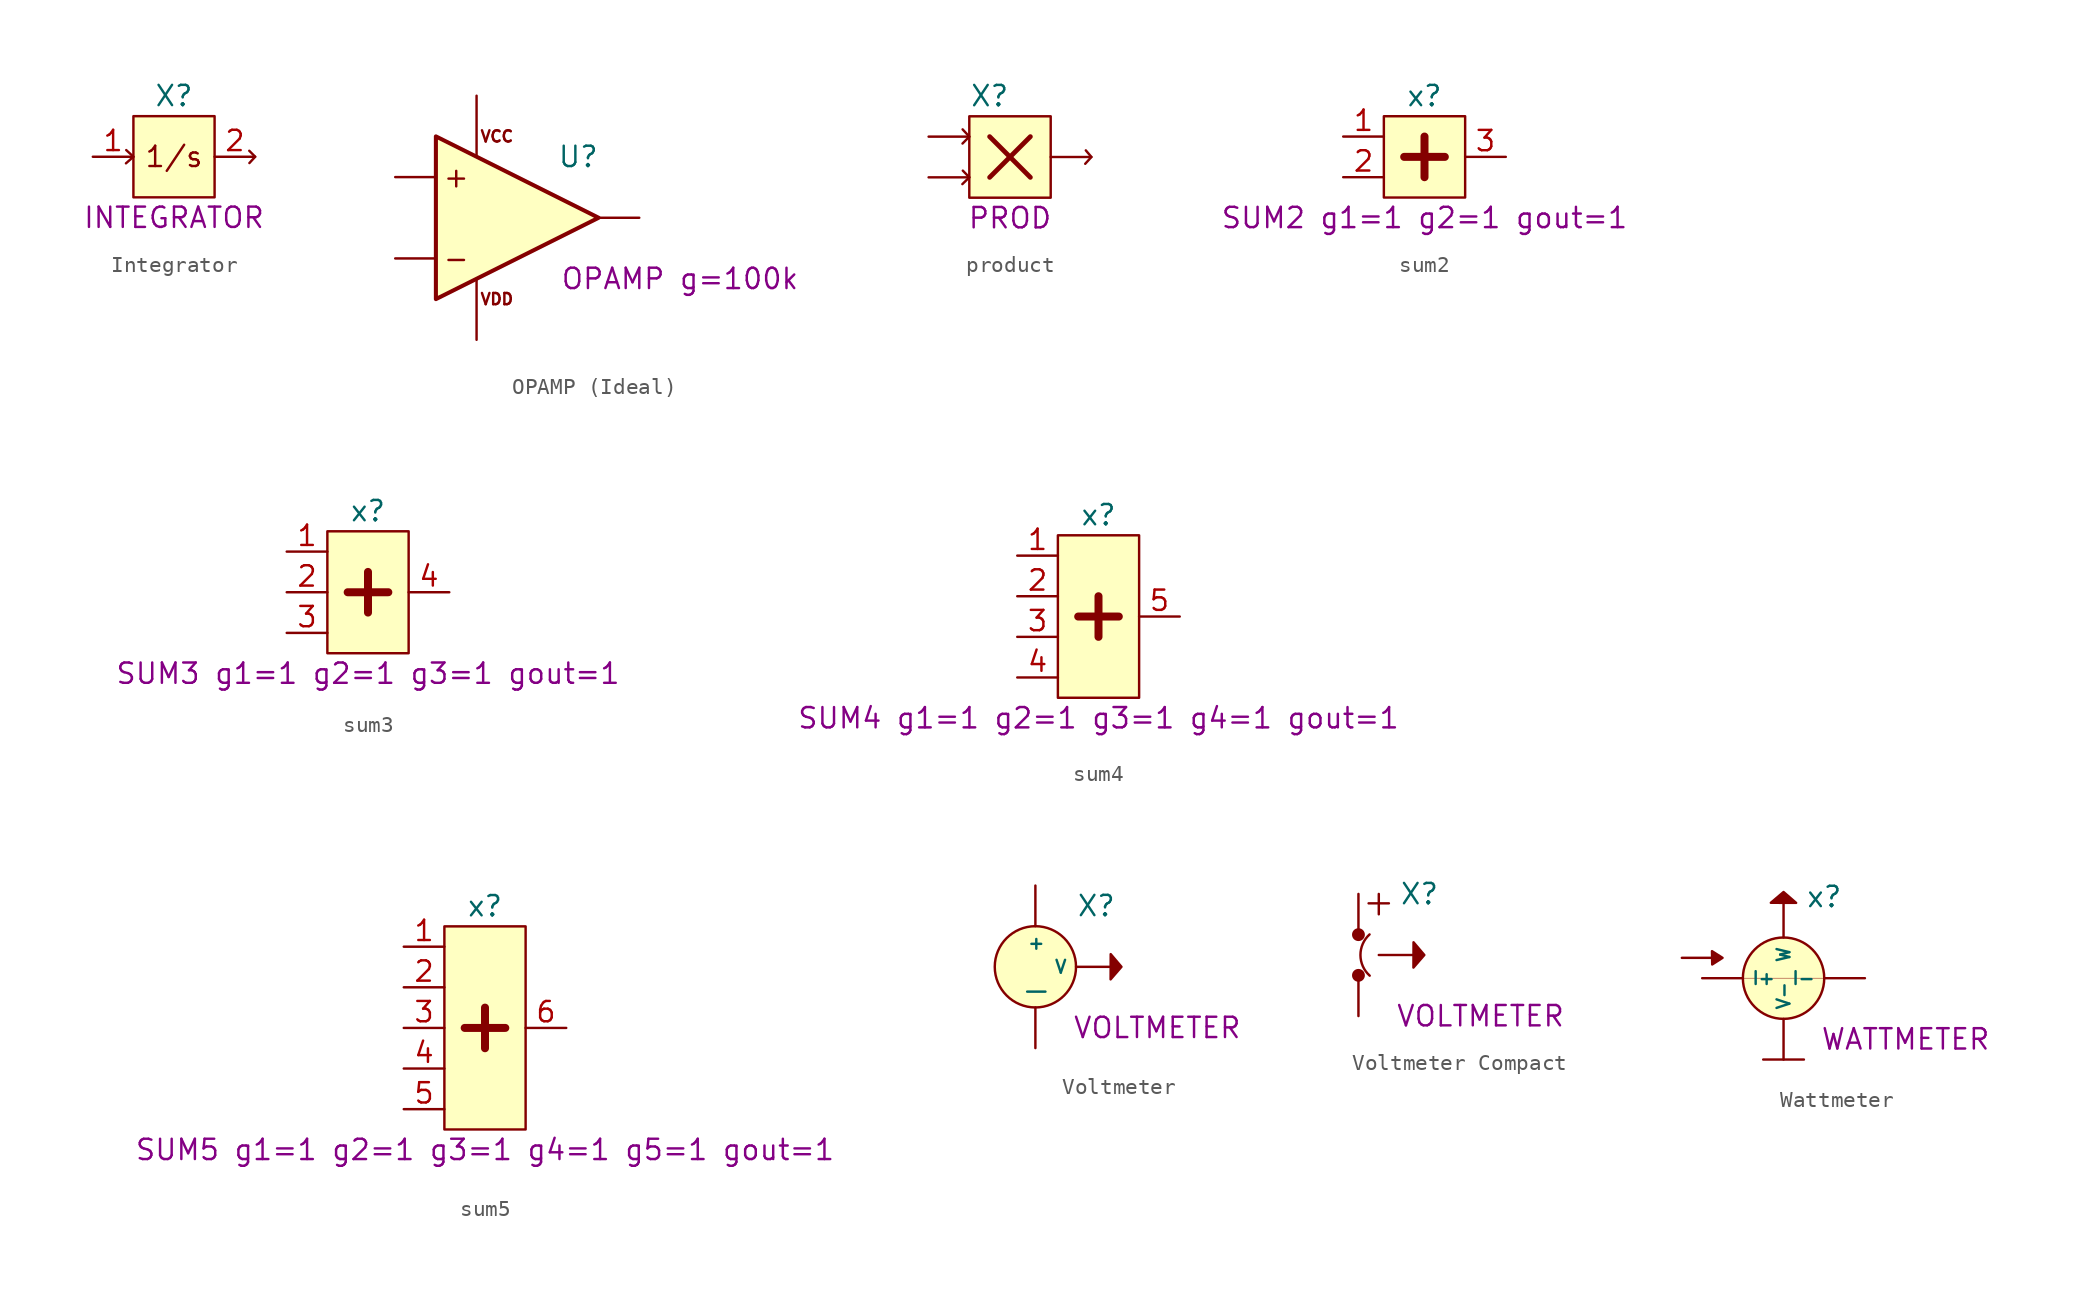
<source format=kicad_sym>
(kicad_symbol_lib
  (version 20211014)
  (generator kicad_symbol_editor)
  (symbol "Integrator"
    (pin_names
      (offset 0))
    (property "Reference" "X"
      (at 0 3.81 0)
      (effects (font (size 1.27 1.27))))
    (property "Spice_Model" "INTEGRATOR"
      (at 0 -3.81 0)
      (effects (font (size 1.27 1.27))))
    (symbol "Integrator_0_0"
      (text "1/s" (at 0 0 0) (effects (font (size 1.27 1.27)))))
    (symbol "Integrator_0_1"
      (rectangle (start -2.54 2.54) (end 2.54 -2.54) (stroke (width 0) (type default) (color 0 0 0 0)) (fill (type background)))
      (polyline (pts (xy -2.989 0.417) (xy -2.54 0) (xy -3.006 -0.412)) (stroke (width 0) (type default) (color 0 0 0 0)) (fill (type none)))
      (polyline (pts (xy 4.709 0.374) (xy 5.08 0) (xy 4.718 -0.394)) (stroke (width 0) (type default) (color 0 0 0 0)) (fill (type none))))
    (symbol "Integrator_1_1"
      (pin input line (at -5.08 0 0) (length 2.54) (name "" (effects (font (size 1.27 1.27)))) (number "1" (effects (font (size 1.27 1.27)))))
      (pin output line (at 5.08 0 180) (length 2.54) (name "" (effects (font (size 1.27 1.27)))) (number "2" (effects (font (size 1.27 1.27)))))))
  (symbol "OPAMP (Ideal)"
    (pin_numbers hide)
    (pin_names hide)
    (property "Reference" "U"
      (at 6.35 3.81 0)
      (effects (font (size 1.27 1.27))))
    (property "Spice_Model" "OPAMP g=100k"
      (at 12.7 -3.81 0)
      (effects (font (size 1.27 1.27))))
    (symbol "OPAMP (Ideal)_0_0"
      (text "+" (at -1.27 2.54 0) (effects (font (size 1.27 1.27))))
      (text "-" (at -1.27 -2.54 0) (effects (font (size 1.27 1.27))))
      (text "VCC" (at 1.27 5.08 0) (effects (font (size 0.7 0.7))))
      (text "VDD" (at 1.27 -5.08 0) (effects (font (size 0.7 0.7)))))
    (symbol "OPAMP (Ideal)_0_1"
      (polyline (pts (xy 7.62 0) (xy -2.54 5.08) (xy -2.54 -5.08) (xy 7.62 0)) (stroke (width 0.254) (type default) (color 0 0 0 0)) (fill (type background))))
    (symbol "OPAMP (Ideal)_1_1"
      (pin input line (at -5.08 2.54 0) (length 2.54) (name "+" (effects (font (size 1.27 1.27)))) (number "1" (effects (font (size 1.27 1.27)))))
      (pin input line (at -5.08 -2.54 0) (length 2.54) (name "-" (effects (font (size 1.27 1.27)))) (number "2" (effects (font (size 1.27 1.27)))))
      (pin output line (at 10.16 0 180) (length 2.54) (name "~" (effects (font (size 1.27 1.27)))) (number "3" (effects (font (size 1.27 1.27)))))
      (pin power_in line (at 0 7.62 270) (length 3.81) (name "V+" (effects (font (size 1.27 1.27)))) (number "4" (effects (font (size 1.27 1.27)))))
      (pin power_in line (at 0 -7.62 90) (length 3.81) (name "V-" (effects (font (size 1.27 1.27)))) (number "5" (effects (font (size 1.27 1.27)))))))
  (symbol "product"
    (pin_numbers hide)
    (property "Reference" "X"
      (at -1.27 3.81 0)
      (effects (font (size 1.27 1.27))))
    (property "Spice_Model" "PROD"
      (at 0 -3.81 0)
      (effects (font (size 1.27 1.27))))
    (symbol "product_0_1"
      (rectangle (start -2.54 2.54) (end 2.54 -2.54) (stroke (width 0) (type default) (color 0 0 0 0)) (fill (type background)))
      (polyline (pts (xy -1.27 -1.27) (xy 1.27 1.27)) (stroke (width 0.3) (type default) (color 0 0 0 0)) (fill (type none)))
      (polyline (pts (xy -1.27 1.27) (xy 1.27 -1.27)) (stroke (width 0.3) (type default) (color 0 0 0 0)) (fill (type none)))
      (polyline (pts (xy -2.957 1.723) (xy -2.54 1.27) (xy -2.964 0.84)) (stroke (width 0) (type default) (color 0 0 0 0)) (fill (type none)))
      (polyline (pts (xy -2.945 -0.852) (xy -2.54 -1.27) (xy -2.973 -1.693)) (stroke (width 0) (type default) (color 0 0 0 0)) (fill (type none)))
      (polyline (pts (xy 4.732 0.413) (xy 5.08 0) (xy 4.695 -0.424)) (stroke (width 0) (type default) (color 0 0 0 0)) (fill (type none))))
    (symbol "product_1_1"
      (pin input line (at -5.08 1.27 0) (length 2.54) (name "" (effects (font (size 1.27 1.27)))) (number "1" (effects (font (size 1.27 1.27)))))
      (pin input line (at -5.08 -1.27 0) (length 2.54) (name "" (effects (font (size 1.27 1.27)))) (number "2" (effects (font (size 1.27 1.27)))))
      (pin output line (at 5.08 0 180) (length 2.54) (name "" (effects (font (size 1.27 1.27)))) (number "3" (effects (font (size 1.27 1.27)))))))
  (symbol "sum2"
    (property "Reference" "x"
      (at 0 3.81 0)
      (effects (font (size 1.27 1.27))))
    (property "Spice_Model" "SUM2 g1=1 g2=1 gout=1"
      (at 0 -3.81 0)
      (effects (font (size 1.27 1.27))))
    (symbol "sum2_0_0"
      (rectangle (start -2.54 2.54) (end 2.54 -2.54) (stroke (width 0) (type default) (color 0 0 0 0)) (fill (type background)))
      (polyline (pts (xy -1.27 0) (xy 1.27 0)) (stroke (width 0.5) (type default) (color 0 0 0 0)) (fill (type none)))
      (polyline (pts (xy 0 -1.27) (xy 0 1.27)) (stroke (width 0.5) (type default) (color 0 0 0 0)) (fill (type none))))
    (symbol "sum2_1_1"
      (pin input line (at -5.08 1.27 0) (length 2.54) (name "" (effects (font (size 1.27 1.27)))) (number "1" (effects (font (size 1.27 1.27)))))
      (pin input line (at -5.08 -1.27 0) (length 2.54) (name "" (effects (font (size 1.27 1.27)))) (number "2" (effects (font (size 1.27 1.27)))))
      (pin output line (at 5.08 0 180) (length 2.54) (name "" (effects (font (size 1.27 1.27)))) (number "3" (effects (font (size 1.27 1.27)))))))
  (symbol "sum3"
    (property "Reference" "x"
      (at 0 5.08 0)
      (effects (font (size 1.27 1.27))))
    (property "Spice_Model" "SUM3 g1=1 g2=1 g3=1 gout=1"
      (at 0 -5.08 0)
      (effects (font (size 1.27 1.27))))
    (symbol "sum3_0_0"
      (rectangle (start -2.54 3.81) (end 2.54 -3.81) (stroke (width 0) (type default) (color 0 0 0 0)) (fill (type background)))
      (polyline (pts (xy -1.27 0) (xy 1.27 0)) (stroke (width 0.5) (type default) (color 0 0 0 0)) (fill (type none)))
      (polyline (pts (xy 0 -1.27) (xy 0 1.27)) (stroke (width 0.5) (type default) (color 0 0 0 0)) (fill (type none))))
    (symbol "sum3_1_1"
      (pin input line (at -5.08 2.54 0) (length 2.54) (name "" (effects (font (size 1.27 1.27)))) (number "1" (effects (font (size 1.27 1.27)))))
      (pin input line (at -5.08 0 0) (length 2.54) (name "" (effects (font (size 1.27 1.27)))) (number "2" (effects (font (size 1.27 1.27)))))
      (pin input line (at -5.08 -2.54 0) (length 2.54) (name "" (effects (font (size 1.27 1.27)))) (number "3" (effects (font (size 1.27 1.27)))))
      (pin output line (at 5.08 0 180) (length 2.54) (name "" (effects (font (size 1.27 1.27)))) (number "4" (effects (font (size 1.27 1.27)))))))
  (symbol "sum4"
    (property "Reference" "x"
      (at 0 6.35 0)
      (effects (font (size 1.27 1.27))))
    (property "Spice_Model" "SUM4 g1=1 g2=1 g3=1 g4=1 gout=1"
      (at 0 -6.35 0)
      (effects (font (size 1.27 1.27))))
    (symbol "sum4_0_0"
      (rectangle (start -2.54 5.08) (end 2.54 -5.08) (stroke (width 0) (type default) (color 0 0 0 0)) (fill (type background)))
      (polyline (pts (xy -1.27 0) (xy 1.27 0)) (stroke (width 0.5) (type default) (color 0 0 0 0)) (fill (type none)))
      (polyline (pts (xy 0 -1.27) (xy 0 1.27)) (stroke (width 0.5) (type default) (color 0 0 0 0)) (fill (type none))))
    (symbol "sum4_1_1"
      (pin input line (at -5.08 3.81 0) (length 2.54) (name "" (effects (font (size 1.27 1.27)))) (number "1" (effects (font (size 1.27 1.27)))))
      (pin input line (at -5.08 1.27 0) (length 2.54) (name "" (effects (font (size 1.27 1.27)))) (number "2" (effects (font (size 1.27 1.27)))))
      (pin input line (at -5.08 -1.27 0) (length 2.54) (name "" (effects (font (size 1.27 1.27)))) (number "3" (effects (font (size 1.27 1.27)))))
      (pin input line (at -5.08 -3.81 0) (length 2.54) (name "" (effects (font (size 1.27 1.27)))) (number "4" (effects (font (size 1.27 1.27)))))
      (pin output line (at 5.08 0 180) (length 2.54) (name "" (effects (font (size 1.27 1.27)))) (number "5" (effects (font (size 1.27 1.27)))))))
  (symbol "sum5"
    (property "Reference" "x"
      (at 0 7.62 0)
      (effects (font (size 1.27 1.27))))
    (property "Spice_Model" "SUM5 g1=1 g2=1 g3=1 g4=1 g5=1 gout=1"
      (at 0 -7.62 0)
      (effects (font (size 1.27 1.27))))
    (symbol "sum5_0_0"
      (rectangle (start -2.54 6.35) (end 2.54 -6.35) (stroke (width 0) (type default) (color 0 0 0 0)) (fill (type background)))
      (polyline (pts (xy -1.27 0) (xy 1.27 0)) (stroke (width 0.5) (type default) (color 0 0 0 0)) (fill (type none)))
      (polyline (pts (xy 0 -1.27) (xy 0 1.27)) (stroke (width 0.5) (type default) (color 0 0 0 0)) (fill (type none))))
    (symbol "sum5_1_1"
      (pin input line (at -5.08 5.08 0) (length 2.54) (name "" (effects (font (size 1.27 1.27)))) (number "1" (effects (font (size 1.27 1.27)))))
      (pin input line (at -5.08 2.54 0) (length 2.54) (name "" (effects (font (size 1.27 1.27)))) (number "2" (effects (font (size 1.27 1.27)))))
      (pin input line (at -5.08 0 0) (length 2.54) (name "" (effects (font (size 1.27 1.27)))) (number "3" (effects (font (size 1.27 1.27)))))
      (pin input line (at -5.08 -2.54 0) (length 2.54) (name "" (effects (font (size 1.27 1.27)))) (number "4" (effects (font (size 1.27 1.27)))))
      (pin input line (at -5.08 -5.08 0) (length 2.54) (name "" (effects (font (size 1.27 1.27)))) (number "5" (effects (font (size 1.27 1.27)))))
      (pin output line (at 5.08 0 180) (length 2.54) (name "" (effects (font (size 1.27 1.27)))) (number "6" (effects (font (size 1.27 1.27)))))))
  (symbol "Voltmeter"
    (pin_numbers hide)
    (property "Reference" "X"
      (at 3.81 3.81 0)
      (effects (font (size 1.27 1.27))))
    (property "Spice_Model" "VOLTMETER"
      (at 7.62 -3.81 0)
      (effects (font (size 1.27 1.27))))
    (symbol "Voltmeter_0_0"
      (polyline (pts (xy 4.702 -0.785) (xy 4.708 0.794) (xy 5.381 0) (xy 4.702 -0.785)) (stroke (width 0) (type default) (color 0 0 0 0)) (fill (type outline))))
    (symbol "Voltmeter_0_1"
      (circle (center 0 0) (radius 2.54) (stroke (width 0) (type default) (color 0 0 0 0)) (fill (type background))))
    (symbol "Voltmeter_1_1"
      (pin passive line (at 0 5.08 270) (length 2.54) (name "+" (effects (font (size 0.8 0.8)))) (number "1" (effects (font (size 1.27 1.27)))))
      (pin passive line (at 0 -5.08 90) (length 2.54) (name "|" (effects (font (size 0.8 0.8)))) (number "2" (effects (font (size 1.27 1.27)))))
      (pin output line (at 5.08 0 180) (length 2.54) (name "V" (effects (font (size 0.8 0.8)))) (number "3" (effects (font (size 1.27 1.27)))))))
  (symbol "Voltmeter Compact"
    (pin_numbers hide)
    (property "Reference" "X"
      (at 3.81 3.81 0)
      (effects (font (size 1.27 1.27))))
    (property "Spice_Model" "VOLTMETER"
      (at 7.62 -3.81 0)
      (effects (font (size 1.27 1.27))))
    (symbol "Voltmeter Compact_0_0"
      (polyline (pts (xy 3.432 -0.785) (xy 3.438 0.794) (xy 4.112 0) (xy 3.432 -0.785)) (stroke (width 0) (type default) (color 0 0 0 0)) (fill (type outline))))
    (symbol "Voltmeter Compact_0_1"
      (circle (center 0 -1.27) (radius 0.325) (stroke (width 0) (type default) (color 0 0 0 0)) (fill (type outline)))
      (polyline (pts (xy 1.27 3.81) (xy 1.27 2.54)) (stroke (width 0) (type default) (color 0 0 0 0)) (fill (type none)))
      (polyline (pts (xy 1.899 3.225) (xy 0.634 3.225)) (stroke (width 0) (type default) (color 0 0 0 0)) (fill (type none)))
      (circle (center 0 1.27) (radius 0.325) (stroke (width 0) (type default) (color 0 0 0 0)) (fill (type outline)))
      (arc (start 0.693 1.283) (mid -2.1916 -0.0134) (end 0.7021 -1.2895) (stroke (width 0) (type default) (color 0 0 0 0)) (fill (type none))))
    (symbol "Voltmeter Compact_1_1"
      (pin passive line (at 0 3.81 270) (length 2.54) (name "" (effects (font (size 0.8 0.8)))) (number "1" (effects (font (size 1.27 1.27)))))
      (pin passive line (at 0 -3.81 90) (length 2.54) (name "" (effects (font (size 0.8 0.8)))) (number "2" (effects (font (size 1.27 1.27)))))
      (pin output line (at 3.81 0 180) (length 2.54) (name "" (effects (font (size 0.8 0.8)))) (number "3" (effects (font (size 1.27 1.27)))))))
  (symbol "Wattmeter"
    (pin_numbers hide)
    (property "Reference" "x"
      (at 2.54 5.08 0)
      (effects (font (size 1.27 1.27))))
    (property "Spice_Model" "WATTMETER"
      (at 7.62 -3.81 0)
      (effects (font (size 1.27 1.27))))
    (symbol "Wattmeter_0_0"
      (polyline (pts (xy -2.54 0) (xy 2.54 0)) (stroke (width 0.03) (type default) (color 0 0 0 0)) (fill (type none)))
      (polyline (pts (xy -1.27 -5.08) (xy 1.27 -5.08)) (stroke (width 0) (type default) (color 0 0 0 0)) (fill (type none)))
      (polyline (pts (xy 0.785 4.702) (xy -0.794 4.708) (xy 0 5.381) (xy 0.785 4.702)) (stroke (width 0) (type default) (color 0 0 0 0)) (fill (type outline))))
    (symbol "Wattmeter_0_1"
      (polyline (pts (xy -6.35 1.27) (xy -3.81 1.27) (xy -4.469 1.688) (xy -4.455 0.856) (xy -3.81 1.27)) (stroke (width 0) (type default) (color 0 0 0 0)) (fill (type outline)))
      (circle (center 0 0) (radius 2.54) (stroke (width 0) (type default) (color 0 0 0 0)) (fill (type background))))
    (symbol "Wattmeter_1_1"
      (pin passive line (at -5.08 0 0) (length 2.54) (name "I+" (effects (font (size 0.8 0.8)))) (number "1" (effects (font (size 1.27 1.27)))))
      (pin passive line (at 5.08 0 180) (length 2.54) (name "I-" (effects (font (size 0.8 0.8)))) (number "2" (effects (font (size 1.27 1.27)))))
      (pin passive line (at 0 -5.08 90) (length 2.54) (name "V-" (effects (font (size 0.8 0.8)))) (number "3" (effects (font (size 1.27 1.27)))))
      (pin output line (at 0 5.08 270) (length 2.54) (name "W" (effects (font (size 0.8 0.8)))) (number "4" (effects (font (size 1.27 1.27))))))))
</source>
